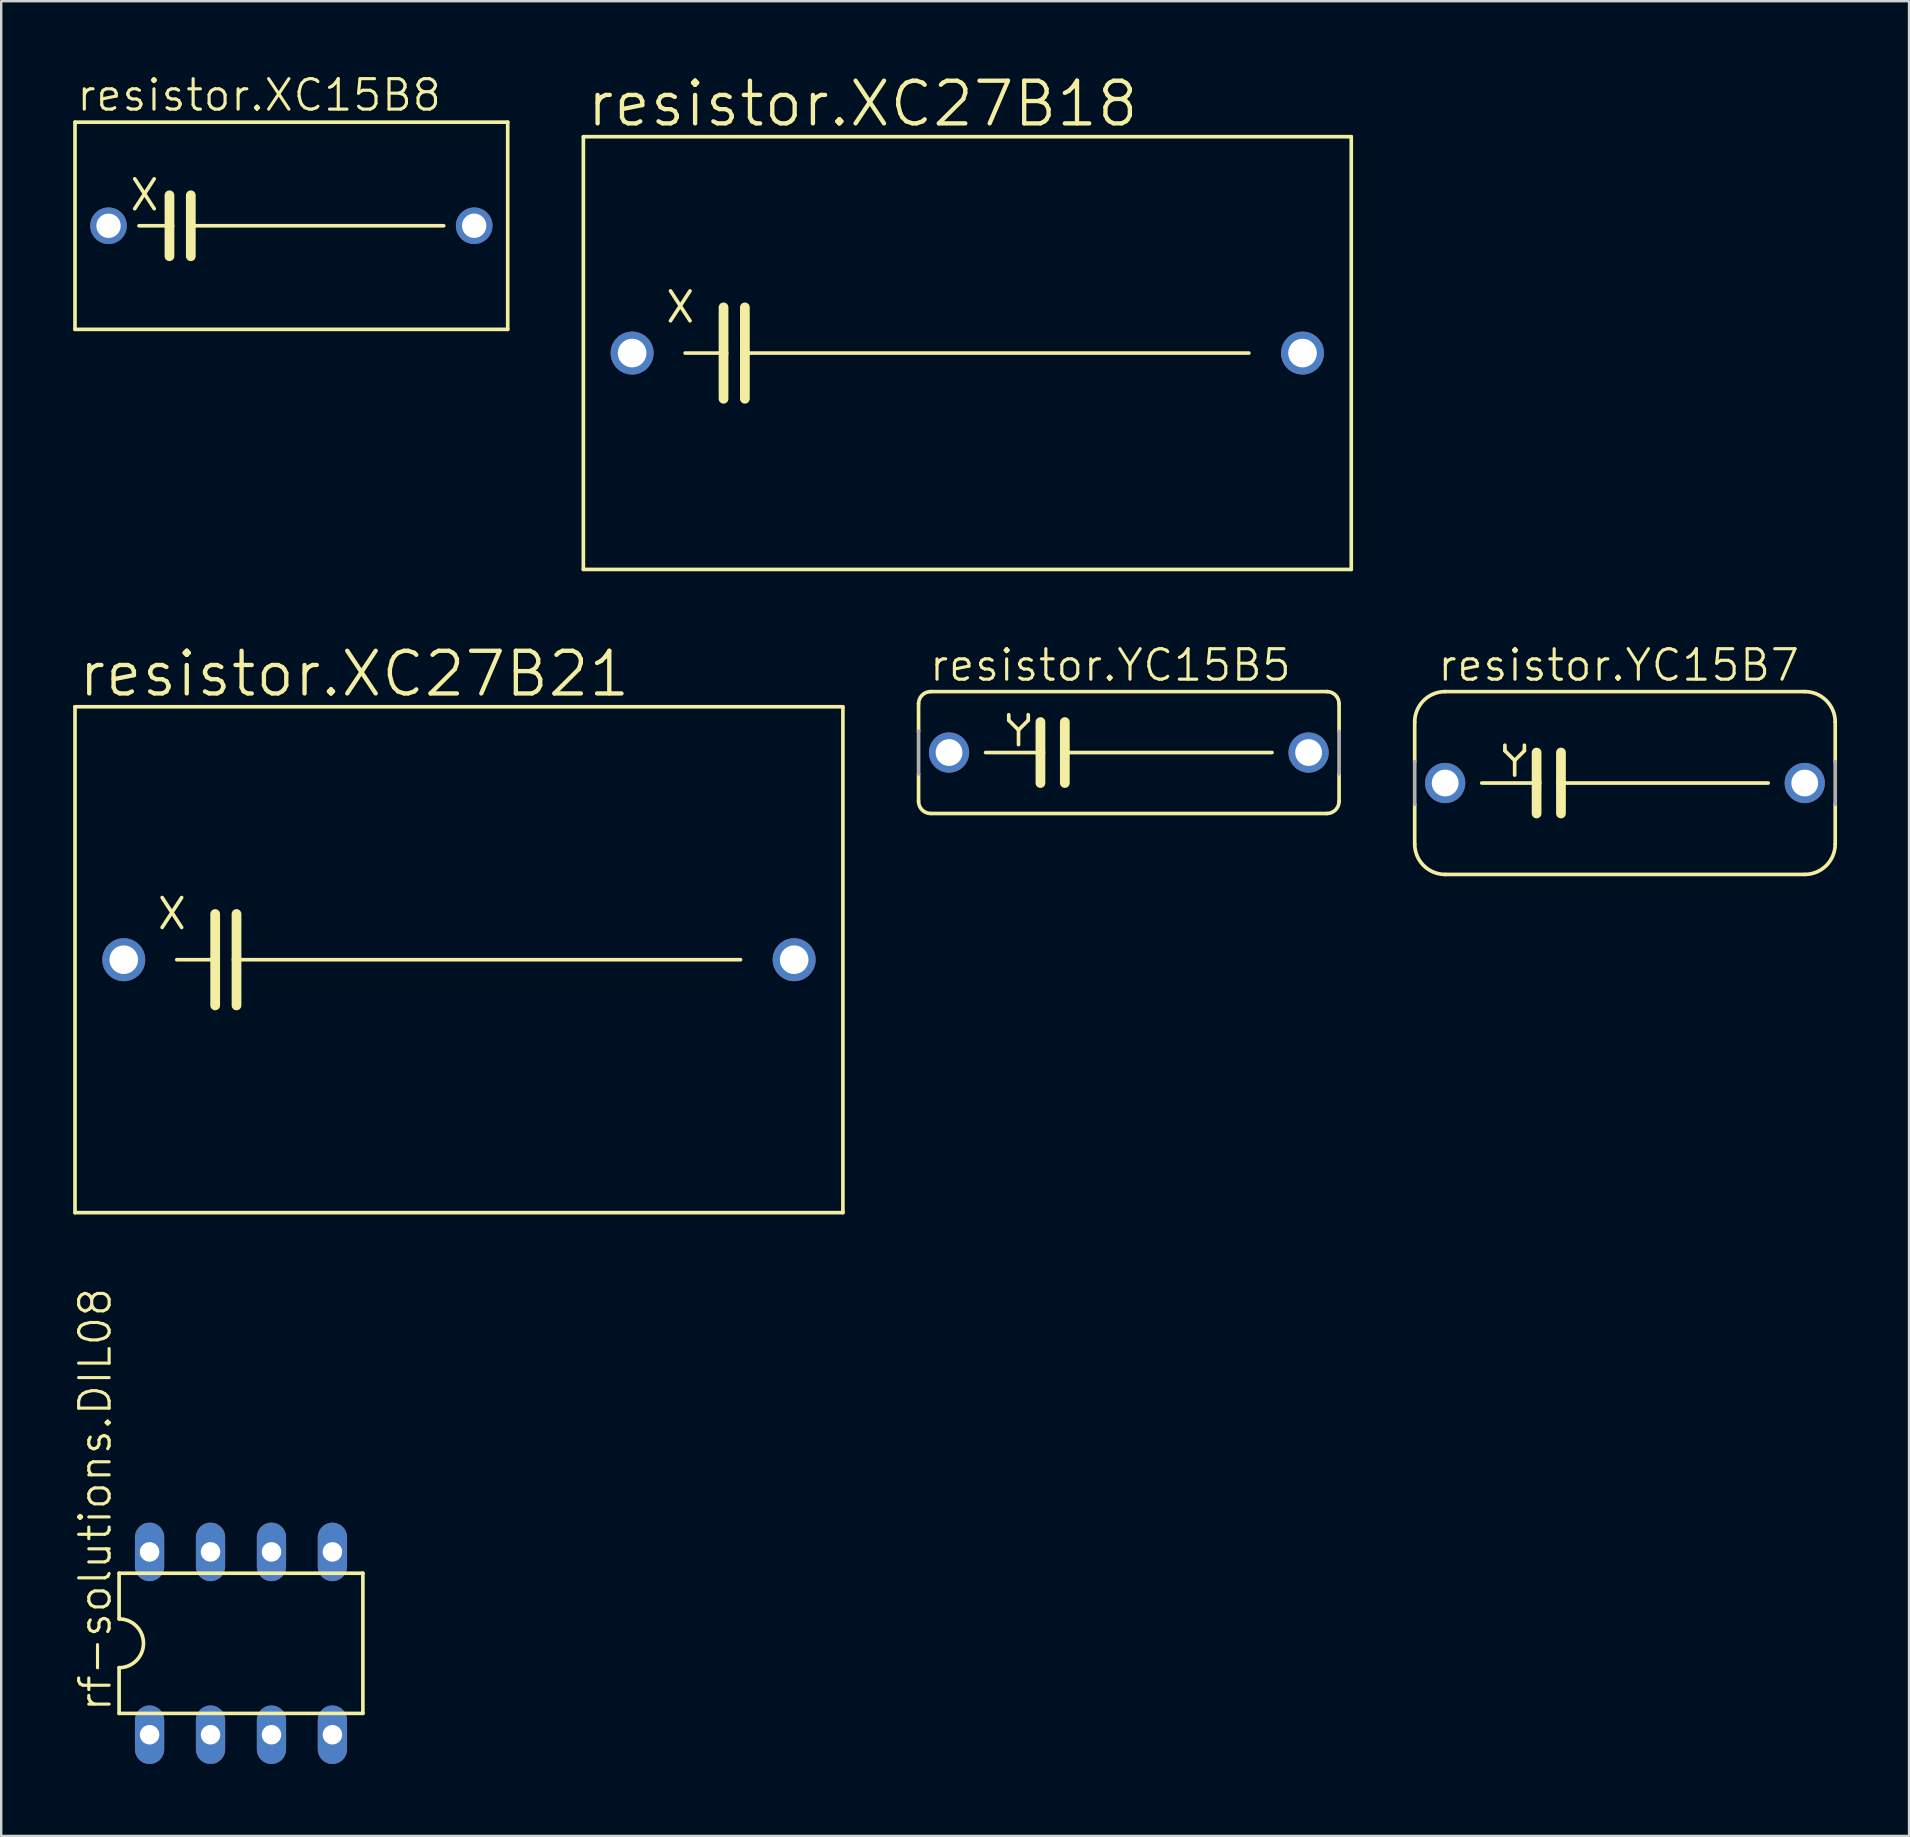
<source format=kicad_pcb>
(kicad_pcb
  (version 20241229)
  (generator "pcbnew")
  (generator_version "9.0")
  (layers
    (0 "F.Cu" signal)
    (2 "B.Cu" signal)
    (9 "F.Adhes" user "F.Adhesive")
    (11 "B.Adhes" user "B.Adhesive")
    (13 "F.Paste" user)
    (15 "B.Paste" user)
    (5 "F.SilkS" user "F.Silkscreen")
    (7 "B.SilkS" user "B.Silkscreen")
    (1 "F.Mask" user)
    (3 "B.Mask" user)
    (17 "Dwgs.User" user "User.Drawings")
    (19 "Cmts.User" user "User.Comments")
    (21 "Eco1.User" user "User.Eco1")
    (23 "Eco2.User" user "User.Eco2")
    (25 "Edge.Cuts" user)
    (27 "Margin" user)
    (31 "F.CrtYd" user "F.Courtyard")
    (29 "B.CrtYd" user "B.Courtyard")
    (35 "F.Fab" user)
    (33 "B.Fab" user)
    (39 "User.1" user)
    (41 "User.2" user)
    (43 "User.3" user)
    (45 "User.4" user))
  (footprint "rf-solutions.DIL08"
    (layer "F.Cu")
    (at 6.994 65.439)
    (property "Reference" "rf-solutions.DIL08" (at -5.334 2.921 90) (layer "F.SilkS") (effects (font (size 1.27 1.27) (thickness 0.13)) (justify left bottom)))
    (attr through_hole)
    (fp_line (start -5.08 -2.921) (end -5.08 -1.016) (stroke (width 0.152) (type default)) (layer "F.SilkS"))
    (fp_line (start -5.08 2.921) (end -5.08 1.016) (stroke (width 0.152) (type default)) (layer "F.SilkS"))
    (fp_line (start -5.08 2.921) (end 5.08 2.921) (stroke (width 0.152) (type default)) (layer "F.SilkS"))
    (fp_line (start 5.08 -2.921) (end -5.08 -2.921) (stroke (width 0.152) (type default)) (layer "F.SilkS"))
    (fp_line (start 5.08 -2.921) (end 5.08 2.921) (stroke (width 0.152) (type default)) (layer "F.SilkS"))
    (fp_arc (start -5.08 -1.016) (mid -4.064 0) (end -5.08 1.016) (stroke (width 0.1524) (type default)) (layer "F.SilkS"))
    (pad "1" thru_hole oval (at -3.81 3.81 90) (size 2.438 1.219) (drill 0.813) (layers "*.Cu" "*.Mask"))
    (pad "2" thru_hole oval (at -1.27 3.81 90) (size 2.438 1.219) (drill 0.813) (layers "*.Cu" "*.Mask"))
    (pad "3" thru_hole oval (at 1.27 3.81 90) (size 2.438 1.219) (drill 0.813) (layers "*.Cu" "*.Mask"))
    (pad "4" thru_hole oval (at 3.81 3.81 90) (size 2.438 1.219) (drill 0.813) (layers "*.Cu" "*.Mask"))
    (pad "5" thru_hole oval (at 3.81 -3.81 90) (size 2.438 1.219) (drill 0.813) (layers "*.Cu" "*.Mask"))
    (pad "6" thru_hole oval (at 1.27 -3.81 90) (size 2.438 1.219) (drill 0.813) (layers "*.Cu" "*.Mask"))
    (pad "7" thru_hole oval (at -1.27 -3.81 90) (size 2.438 1.219) (drill 0.813) (layers "*.Cu" "*.Mask"))
    (pad "8" thru_hole oval (at -3.81 -3.81 90) (size 2.438 1.219) (drill 0.813) (layers "*.Cu" "*.Mask")))
  (footprint "resistor.YC15B5"
    (layer "F.Cu")
    (at 43.996 28.314)
    (property "Reference" "resistor.YC15B5" (at -8.382 -2.896 0) (layer "F.SilkS") (effects (font (size 1.27 1.27) (thickness 0.13)) (justify left bottom)))
    (attr through_hole)
    (fp_line (start -8.763 -0.889) (end -8.763 -2.032) (stroke (width 0.152) (type default)) (layer "F.SilkS"))
    (fp_line (start -8.763 2.032) (end -8.763 0.889) (stroke (width 0.152) (type default)) (layer "F.SilkS"))
    (fp_line (start -8.255 -2.54) (end 8.255 -2.54) (stroke (width 0.152) (type default)) (layer "F.SilkS"))
    (fp_line (start -8.255 2.54) (end 8.255 2.54) (stroke (width 0.152) (type default)) (layer "F.SilkS"))
    (fp_line (start -5.969 0) (end -3.683 0) (stroke (width 0.152) (type default)) (layer "F.SilkS"))
    (fp_line (start -5.004 -1.575) (end -5.004 -1.346) (stroke (width 0.152) (type default)) (layer "F.SilkS"))
    (fp_line (start -5.004 -1.346) (end -4.597 -0.94) (stroke (width 0.152) (type default)) (layer "F.SilkS"))
    (fp_line (start -4.597 -0.94) (end -4.597 -0.33) (stroke (width 0.152) (type default)) (layer "F.SilkS"))
    (fp_line (start -4.597 -0.94) (end -4.191 -1.346) (stroke (width 0.152) (type default)) (layer "F.SilkS"))
    (fp_line (start -4.191 -1.346) (end -4.191 -1.575) (stroke (width 0.152) (type default)) (layer "F.SilkS"))
    (fp_line (start -3.683 -1.27) (end -3.683 0) (stroke (width 0.406) (type default)) (layer "F.SilkS"))
    (fp_line (start -3.683 0) (end -3.683 1.27) (stroke (width 0.406) (type default)) (layer "F.SilkS"))
    (fp_line (start -2.667 -1.27) (end -2.667 0) (stroke (width 0.406) (type default)) (layer "F.SilkS"))
    (fp_line (start -2.667 0) (end -2.667 1.27) (stroke (width 0.406) (type default)) (layer "F.SilkS"))
    (fp_line (start 5.969 0) (end -2.667 0) (stroke (width 0.152) (type default)) (layer "F.SilkS"))
    (fp_line (start 8.763 -0.889) (end 8.763 -2.032) (stroke (width 0.152) (type default)) (layer "F.SilkS"))
    (fp_line (start 8.763 2.032) (end 8.763 0.889) (stroke (width 0.152) (type default)) (layer "F.SilkS"))
    (fp_arc (start -8.763 -2.032) (mid -8.61421 -2.39121) (end -8.255 -2.54) (stroke (width 0.1524) (type default)) (layer "F.SilkS"))
    (fp_arc (start -8.255 2.54) (mid -8.61421 2.39121) (end -8.763 2.032) (stroke (width 0.1524) (type default)) (layer "F.SilkS"))
    (fp_arc (start 8.255 -2.54) (mid 8.61421 -2.39121) (end 8.763 -2.032) (stroke (width 0.1524) (type default)) (layer "F.SilkS"))
    (fp_arc (start 8.763 2.032) (mid 8.61421 2.39121) (end 8.255 2.54) (stroke (width 0.1524) (type default)) (layer "F.SilkS"))
    (fp_line (start -8.763 0.889) (end -8.763 -0.889) (stroke (width 0.152) (type default)) (layer "F.Fab"))
    (fp_line (start 8.763 0.889) (end 8.763 -0.889) (stroke (width 0.152) (type default)) (layer "F.Fab"))
    (pad "1" thru_hole circle (at -7.493 0) (size 1.676 1.676) (drill 1.118) (layers "*.Cu" "*.Mask"))
    (pad "2" thru_hole circle (at 7.493 0) (size 1.676 1.676) (drill 1.118) (layers "*.Cu" "*.Mask")))
  (footprint "resistor.XC27B18"
    (layer "F.Cu")
    (at 37.265 11.665)
    (property "Reference" "resistor.XC27B18" (at -15.951 -9.347 0) (layer "F.SilkS") (effects (font (size 1.778 1.778) (thickness 0.18)) (justify left bottom)))
    (attr through_hole)
    (fp_line (start -16.002 9.017) (end -16.002 -9.017) (stroke (width 0.152) (type default)) (layer "F.SilkS"))
    (fp_line (start -16.002 9.017) (end 16.002 9.017) (stroke (width 0.152) (type default)) (layer "F.SilkS"))
    (fp_line (start -12.37 -2.591) (end -11.557 -1.346) (stroke (width 0.152) (type default)) (layer "F.SilkS"))
    (fp_line (start -12.37 -1.346) (end -11.557 -2.591) (stroke (width 0.152) (type default)) (layer "F.SilkS"))
    (fp_line (start -11.76 0) (end -10.16 0) (stroke (width 0.152) (type default)) (layer "F.SilkS"))
    (fp_line (start -10.16 -1.905) (end -10.16 0) (stroke (width 0.406) (type default)) (layer "F.SilkS"))
    (fp_line (start -10.16 0) (end -10.16 1.905) (stroke (width 0.406) (type default)) (layer "F.SilkS"))
    (fp_line (start -9.271 -1.905) (end -9.271 0) (stroke (width 0.406) (type default)) (layer "F.SilkS"))
    (fp_line (start -9.271 0) (end -9.271 1.905) (stroke (width 0.406) (type default)) (layer "F.SilkS"))
    (fp_line (start -9.271 0) (end 11.735 0) (stroke (width 0.152) (type default)) (layer "F.SilkS"))
    (fp_line (start 16.002 -9.017) (end -16.002 -9.017) (stroke (width 0.152) (type default)) (layer "F.SilkS"))
    (fp_line (start 16.002 -9.017) (end 16.002 9.017) (stroke (width 0.152) (type default)) (layer "F.SilkS"))
    (pad "1" thru_hole circle (at -13.97 0) (size 1.791 1.791) (drill 1.194) (layers "*.Cu" "*.Mask"))
    (pad "2" thru_hole circle (at 13.97 0) (size 1.791 1.791) (drill 1.194) (layers "*.Cu" "*.Mask")))
  (footprint "resistor.YC15B7"
    (layer "F.Cu")
    (at 64.674 29.584)
    (property "Reference" "resistor.YC15B7" (at -7.874 -4.166 0) (layer "F.SilkS") (effects (font (size 1.27 1.27) (thickness 0.13)) (justify left bottom)))
    (attr through_hole)
    (fp_line (start -8.763 -0.889) (end -8.763 -2.54) (stroke (width 0.152) (type default)) (layer "F.SilkS"))
    (fp_line (start -8.763 2.54) (end -8.763 0.889) (stroke (width 0.152) (type default)) (layer "F.SilkS"))
    (fp_line (start -7.493 -3.81) (end 7.493 -3.81) (stroke (width 0.152) (type default)) (layer "F.SilkS"))
    (fp_line (start -7.493 3.81) (end 7.493 3.81) (stroke (width 0.152) (type default)) (layer "F.SilkS"))
    (fp_line (start -5.969 0) (end -3.683 0) (stroke (width 0.152) (type default)) (layer "F.SilkS"))
    (fp_line (start -5.004 -1.575) (end -5.004 -1.346) (stroke (width 0.152) (type default)) (layer "F.SilkS"))
    (fp_line (start -5.004 -1.346) (end -4.597 -0.94) (stroke (width 0.152) (type default)) (layer "F.SilkS"))
    (fp_line (start -4.597 -0.94) (end -4.597 -0.33) (stroke (width 0.152) (type default)) (layer "F.SilkS"))
    (fp_line (start -4.597 -0.94) (end -4.191 -1.346) (stroke (width 0.152) (type default)) (layer "F.SilkS"))
    (fp_line (start -4.191 -1.346) (end -4.191 -1.575) (stroke (width 0.152) (type default)) (layer "F.SilkS"))
    (fp_line (start -3.683 -1.27) (end -3.683 0) (stroke (width 0.406) (type default)) (layer "F.SilkS"))
    (fp_line (start -3.683 0) (end -3.683 1.27) (stroke (width 0.406) (type default)) (layer "F.SilkS"))
    (fp_line (start -2.667 -1.27) (end -2.667 0) (stroke (width 0.406) (type default)) (layer "F.SilkS"))
    (fp_line (start -2.667 0) (end -2.667 1.27) (stroke (width 0.406) (type default)) (layer "F.SilkS"))
    (fp_line (start 5.969 0) (end -2.667 0) (stroke (width 0.152) (type default)) (layer "F.SilkS"))
    (fp_line (start 8.763 -0.889) (end 8.763 -2.54) (stroke (width 0.152) (type default)) (layer "F.SilkS"))
    (fp_line (start 8.763 2.54) (end 8.763 0.889) (stroke (width 0.152) (type default)) (layer "F.SilkS"))
    (fp_arc (start -8.763 -2.54) (mid -8.391026 -3.438026) (end -7.493 -3.81) (stroke (width 0.1524) (type default)) (layer "F.SilkS"))
    (fp_arc (start -7.493 3.81) (mid -8.391026 3.438026) (end -8.763 2.54) (stroke (width 0.1524) (type default)) (layer "F.SilkS"))
    (fp_arc (start 7.493 -3.81) (mid 8.391026 -3.438026) (end 8.763 -2.54) (stroke (width 0.1524) (type default)) (layer "F.SilkS"))
    (fp_arc (start 8.763 2.54) (mid 8.391026 3.438026) (end 7.493 3.81) (stroke (width 0.1524) (type default)) (layer "F.SilkS"))
    (fp_line (start -8.763 0.889) (end -8.763 -0.889) (stroke (width 0.152) (type default)) (layer "F.Fab"))
    (fp_line (start 8.763 0.889) (end 8.763 -0.889) (stroke (width 0.152) (type default)) (layer "F.Fab"))
    (pad "1" thru_hole circle (at -7.493 0) (size 1.676 1.676) (drill 1.118) (layers "*.Cu" "*.Mask"))
    (pad "2" thru_hole circle (at 7.493 0) (size 1.676 1.676) (drill 1.118) (layers "*.Cu" "*.Mask")))
  (footprint "resistor.XC15B8"
    (layer "F.Cu")
    (at 9.093 6.359)
    (property "Reference" "resistor.XC15B8" (at -9.017 -4.699 0) (layer "F.SilkS") (effects (font (size 1.27 1.27) (thickness 0.13)) (justify left bottom)))
    (attr through_hole)
    (fp_line (start -9.017 4.318) (end -9.017 -4.318) (stroke (width 0.152) (type default)) (layer "F.SilkS"))
    (fp_line (start -9.017 4.318) (end 9.017 4.318) (stroke (width 0.152) (type default)) (layer "F.SilkS"))
    (fp_line (start -6.528 -1.956) (end -5.715 -0.711) (stroke (width 0.152) (type default)) (layer "F.SilkS"))
    (fp_line (start -6.528 -0.711) (end -5.715 -1.956) (stroke (width 0.152) (type default)) (layer "F.SilkS"))
    (fp_line (start -6.35 0) (end -5.08 0) (stroke (width 0.152) (type default)) (layer "F.SilkS"))
    (fp_line (start -5.08 -1.27) (end -5.08 0) (stroke (width 0.406) (type default)) (layer "F.SilkS"))
    (fp_line (start -5.08 0) (end -5.08 1.27) (stroke (width 0.406) (type default)) (layer "F.SilkS"))
    (fp_line (start -4.191 -1.27) (end -4.191 0) (stroke (width 0.406) (type default)) (layer "F.SilkS"))
    (fp_line (start -4.191 0) (end -4.191 1.27) (stroke (width 0.406) (type default)) (layer "F.SilkS"))
    (fp_line (start 6.35 0) (end -4.191 0) (stroke (width 0.152) (type default)) (layer "F.SilkS"))
    (fp_line (start 9.017 -4.318) (end -9.017 -4.318) (stroke (width 0.152) (type default)) (layer "F.SilkS"))
    (fp_line (start 9.017 -4.318) (end 9.017 4.318) (stroke (width 0.152) (type default)) (layer "F.SilkS"))
    (pad "1" thru_hole circle (at -7.62 0) (size 1.524 1.524) (drill 1.016) (layers "*.Cu" "*.Mask"))
    (pad "2" thru_hole circle (at 7.62 0) (size 1.524 1.524) (drill 1.016) (layers "*.Cu" "*.Mask")))
  (footprint "resistor.XC27B21"
    (layer "F.Cu")
    (at 16.078 36.948)
    (property "Reference" "resistor.XC27B21" (at -15.951 -10.871 0) (layer "F.SilkS") (effects (font (size 1.778 1.778) (thickness 0.18)) (justify left bottom)))
    (attr through_hole)
    (fp_line (start -16.002 10.541) (end -16.002 -10.541) (stroke (width 0.152) (type default)) (layer "F.SilkS"))
    (fp_line (start -16.002 10.541) (end 16.002 10.541) (stroke (width 0.152) (type default)) (layer "F.SilkS"))
    (fp_line (start -12.37 -2.591) (end -11.557 -1.346) (stroke (width 0.152) (type default)) (layer "F.SilkS"))
    (fp_line (start -12.37 -1.346) (end -11.557 -2.591) (stroke (width 0.152) (type default)) (layer "F.SilkS"))
    (fp_line (start -11.76 0) (end -10.16 0) (stroke (width 0.152) (type default)) (layer "F.SilkS"))
    (fp_line (start -10.16 -1.905) (end -10.16 0) (stroke (width 0.406) (type default)) (layer "F.SilkS"))
    (fp_line (start -10.16 0) (end -10.16 1.905) (stroke (width 0.406) (type default)) (layer "F.SilkS"))
    (fp_line (start -9.271 -1.905) (end -9.271 0) (stroke (width 0.406) (type default)) (layer "F.SilkS"))
    (fp_line (start -9.271 0) (end -9.271 1.905) (stroke (width 0.406) (type default)) (layer "F.SilkS"))
    (fp_line (start -9.271 0) (end 11.735 0) (stroke (width 0.152) (type default)) (layer "F.SilkS"))
    (fp_line (start 16.002 -10.541) (end -16.002 -10.541) (stroke (width 0.152) (type default)) (layer "F.SilkS"))
    (fp_line (start 16.002 -10.541) (end 16.002 10.541) (stroke (width 0.152) (type default)) (layer "F.SilkS"))
    (pad "1" thru_hole circle (at -13.97 0) (size 1.791 1.791) (drill 1.194) (layers "*.Cu" "*.Mask"))
    (pad "2" thru_hole circle (at 13.97 0) (size 1.791 1.791) (drill 1.194) (layers "*.Cu" "*.Mask")))
  (gr_rect
    (start -3 -3)
    (end 76.513 73.468)
    (stroke (width 0.1) (type default))
    (fill no)
    (layer "Edge.Cuts")))
</source>
